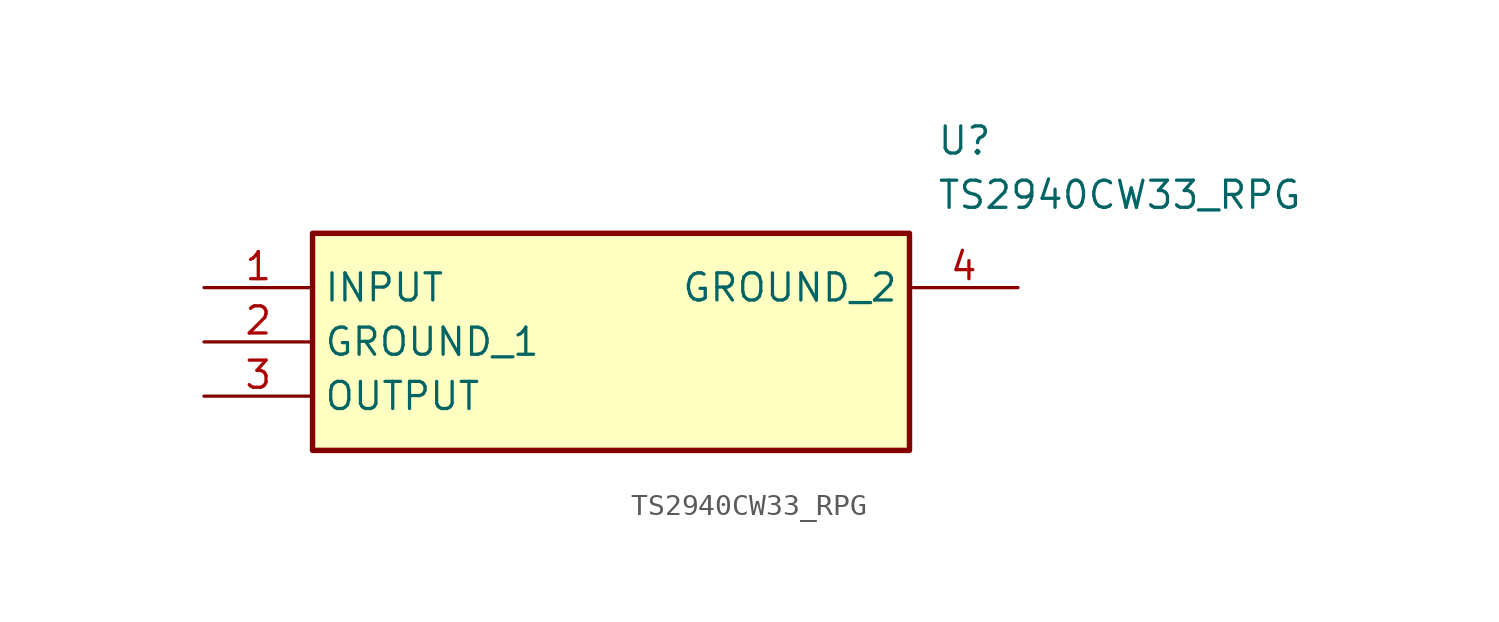
<source format=kicad_sym>
(kicad_symbol_lib
  (version 20211014)
  (generator SamacSys_ECAD_Model)
  (symbol "TS2940CW33_RPG"
    (property "Reference" "U"
      (at 34.29 7.62 0)
      (effects (font (size 1.27 1.27)) (justify left top)))
    (property "Value" "TS2940CW33_RPG"
      (at 34.29 5.08 0)
      (effects (font (size 1.27 1.27)) (justify left top)))
    (rectangle
      (start 5.08 2.54)
      (end 33.02 -7.62)
      (stroke (width 0.254) (type default))
      (fill (type background)))
    (pin passive line
      (at 0 0 0)
      (length 5.08)
      (name "INPUT" (effects (font (size 1.27 1.27))))
      (number "1" (effects (font (size 1.27 1.27)))))
    (pin passive line
      (at 0 -2.54 0)
      (length 5.08)
      (name "GROUND_1" (effects (font (size 1.27 1.27))))
      (number "2" (effects (font (size 1.27 1.27)))))
    (pin passive line
      (at 0 -5.08 0)
      (length 5.08)
      (name "OUTPUT" (effects (font (size 1.27 1.27))))
      (number "3" (effects (font (size 1.27 1.27)))))
    (pin passive line
      (at 38.1 0 180)
      (length 5.08)
      (name "GROUND_2" (effects (font (size 1.27 1.27))))
      (number "4" (effects (font (size 1.27 1.27)))))))
</source>
